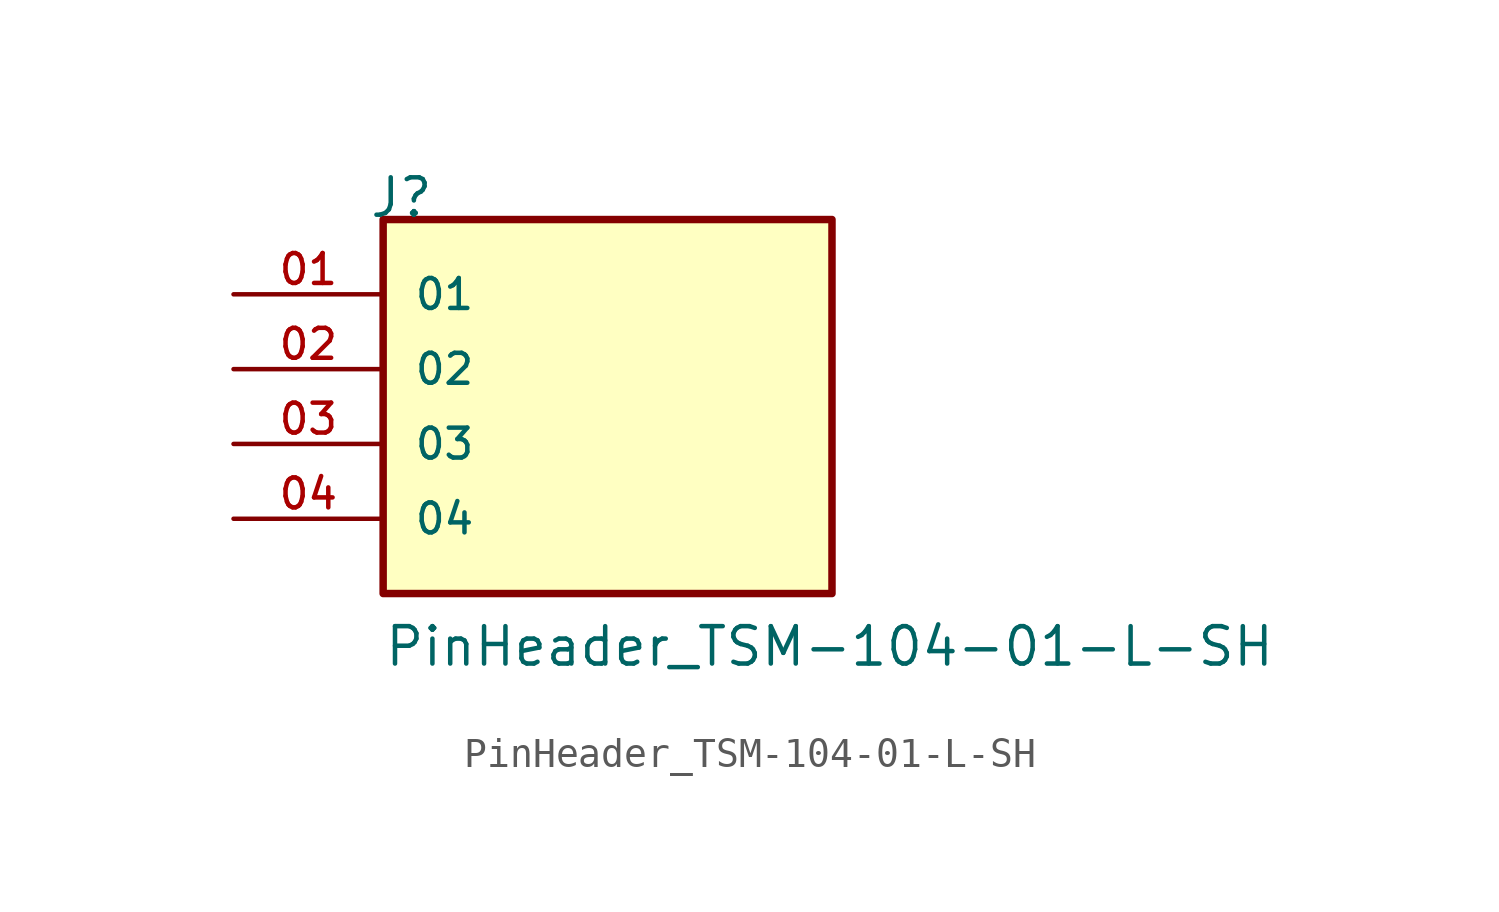
<source format=kicad_sym>
(kicad_symbol_lib
  (version 20201005)
  (generator kicad_symbol_editor)
  (symbol "NB3_charger:PinHeader_TSM-104-01-L-SH"
    (pin_names
      (offset 1.016))
    (property "Reference" "J"
      (at -8.128 7.62 0)
      (effects (font (size 1.27 1.27)) (justify left bottom)))
    (property "Value" "PinHeader_TSM-104-01-L-SH"
      (at -7.62 -7.62 0)
      (effects (font (size 1.27 1.27)) (justify left bottom)))
    (symbol "PinHeader_TSM-104-01-L-SH_0_0"
      (rectangle (start -7.62 -5.08) (end 7.62 7.62) (stroke (width 0.254)) (fill (type background)))
      (pin passive line (at -12.7 5.08 0) (length 5.08) (name "01" (effects (font (size 1.016 1.016)))) (number "01" (effects (font (size 1.016 1.016)))))
      (pin passive line (at -12.7 2.54 0) (length 5.08) (name "02" (effects (font (size 1.016 1.016)))) (number "02" (effects (font (size 1.016 1.016)))))
      (pin passive line (at -12.7 0 0) (length 5.08) (name "03" (effects (font (size 1.016 1.016)))) (number "03" (effects (font (size 1.016 1.016)))))
      (pin passive line (at -12.7 -2.54 0) (length 5.08) (name "04" (effects (font (size 1.016 1.016)))) (number "04" (effects (font (size 1.016 1.016))))))))
</source>
